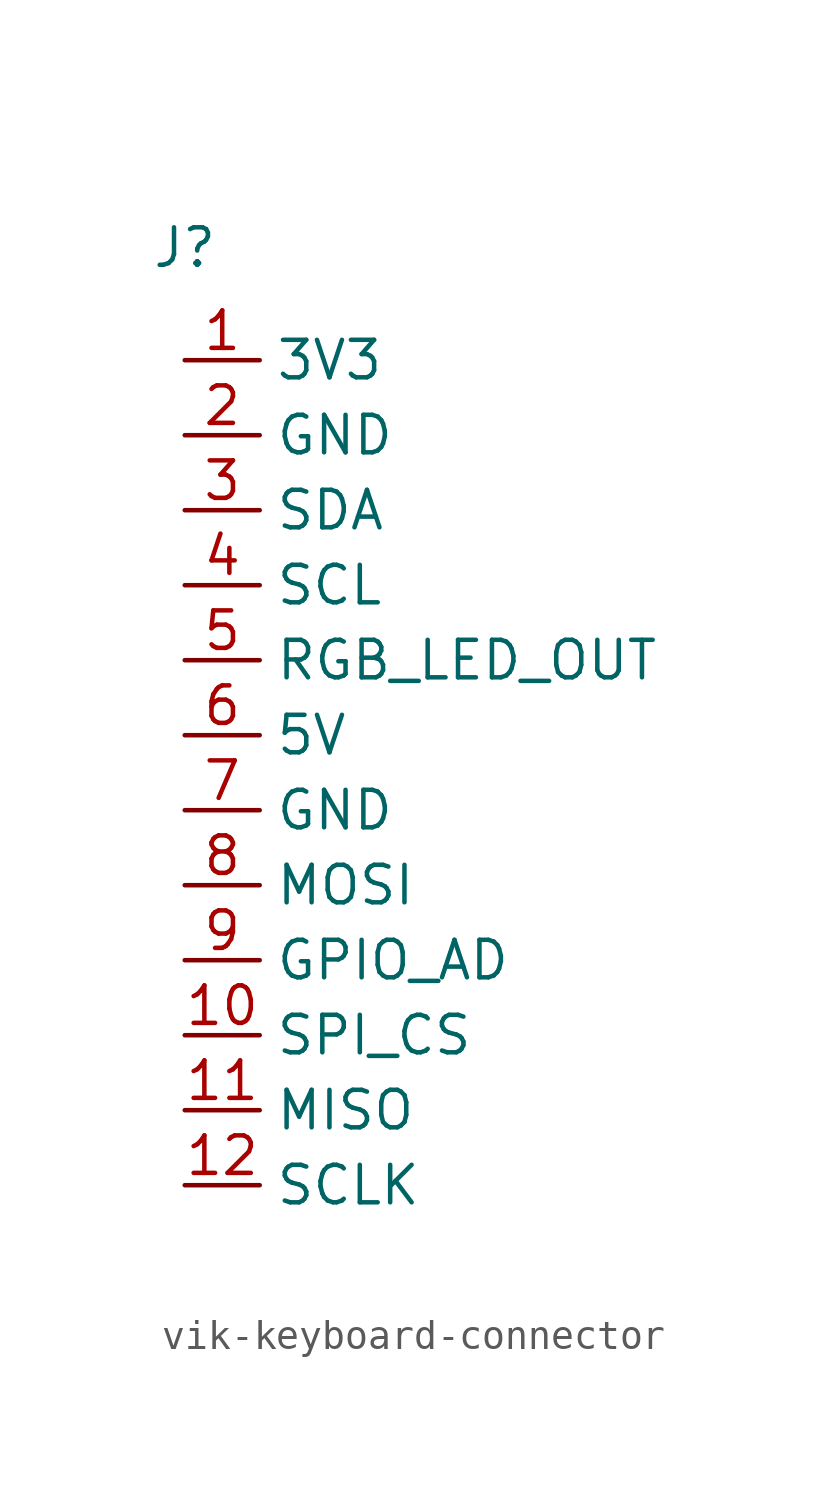
<source format=kicad_sym>
(kicad_symbol_lib
  (version 20220914)
  (generator kicad_symbol_editor)
  (symbol "vik-keyboard-connector"
    (property "Reference" "J"
      (at 0 17.78 0)
      (effects (font (size 1.27 1.27))))
    (property "Value" ""
      (at 0 6.35 0)
      (effects (font (size 1.27 1.27))))
    (symbol "vik-keyboard-connector_1_1"
      (pin power_out line (at 0 13.97 0) (length 2.54) (name "3V3" (effects (font (size 1.27 1.27)))) (number "1" (effects (font (size 1.27 1.27)))))
      (pin output line (at 0 -8.89 0) (length 2.54) (name "SPI_CS" (effects (font (size 1.27 1.27)))) (number "10" (effects (font (size 1.27 1.27)))))
      (pin output line (at 0 -11.43 0) (length 2.54) (name "MISO" (effects (font (size 1.27 1.27)))) (number "11" (effects (font (size 1.27 1.27)))))
      (pin output line (at 0 -13.97 0) (length 2.54) (name "SCLK" (effects (font (size 1.27 1.27)))) (number "12" (effects (font (size 1.27 1.27)))))
      (pin power_out line (at 0 11.43 0) (length 2.54) (name "GND" (effects (font (size 1.27 1.27)))) (number "2" (effects (font (size 1.27 1.27)))))
      (pin output line (at 0 8.89 0) (length 2.54) (name "SDA" (effects (font (size 1.27 1.27)))) (number "3" (effects (font (size 1.27 1.27)))))
      (pin output line (at 0 6.35 0) (length 2.54) (name "SCL" (effects (font (size 1.27 1.27)))) (number "4" (effects (font (size 1.27 1.27)))))
      (pin output line (at 0 3.81 0) (length 2.54) (name "RGB_LED_OUT" (effects (font (size 1.27 1.27)))) (number "5" (effects (font (size 1.27 1.27)))))
      (pin power_out line (at 0 1.27 0) (length 2.54) (name "5V" (effects (font (size 1.27 1.27)))) (number "6" (effects (font (size 1.27 1.27)))))
      (pin power_out line (at 0 -1.27 0) (length 2.54) (name "GND" (effects (font (size 1.27 1.27)))) (number "7" (effects (font (size 1.27 1.27)))))
      (pin output line (at 0 -3.81 0) (length 2.54) (name "MOSI" (effects (font (size 1.27 1.27)))) (number "8" (effects (font (size 1.27 1.27)))))
      (pin output line (at 0 -6.35 0) (length 2.54) (name "GPIO_AD" (effects (font (size 1.27 1.27)))) (number "9" (effects (font (size 1.27 1.27))))))))
</source>
